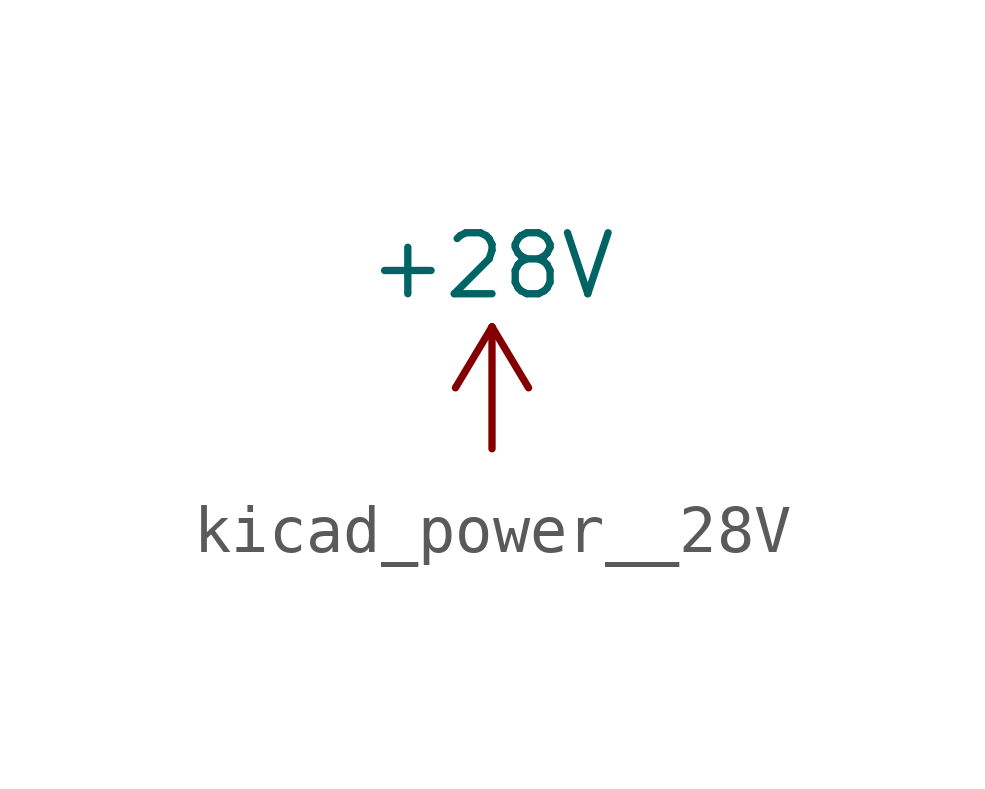
<source format=kicad_sym>
(kicad_symbol_lib
  (version 20220914)
  (generator kicad_symbol_editor)
  (symbol "kicad_power__28V"
    (power)
    (pin_names
      (offset 0))
    (property "Reference" "#PWR"
      (at 0 -3.81 0)
      (effects (font (size 1.27 1.27)) hide))
    (property "Value" "+28V"
      (at 0 3.81 0)
      (effects (font (size 1.27 1.27))))
    (symbol "kicad_power__28V_0_1"
      (polyline (pts (xy -0.762 1.27) (xy 0 2.54)) (stroke (width 0) (type default)) (fill (type none)))
      (polyline (pts (xy 0 0) (xy 0 2.54)) (stroke (width 0) (type default)) (fill (type none)))
      (polyline (pts (xy 0 2.54) (xy 0.762 1.27)) (stroke (width 0) (type default)) (fill (type none))))
    (symbol "kicad_power__28V_1_1"
      (pin power_in line (at 0 0 90) (length 0) hide (name "+28V" (effects (font (size 1.27 1.27)))) (number "1" (effects (font (size 1.27 1.27))))))))
</source>
